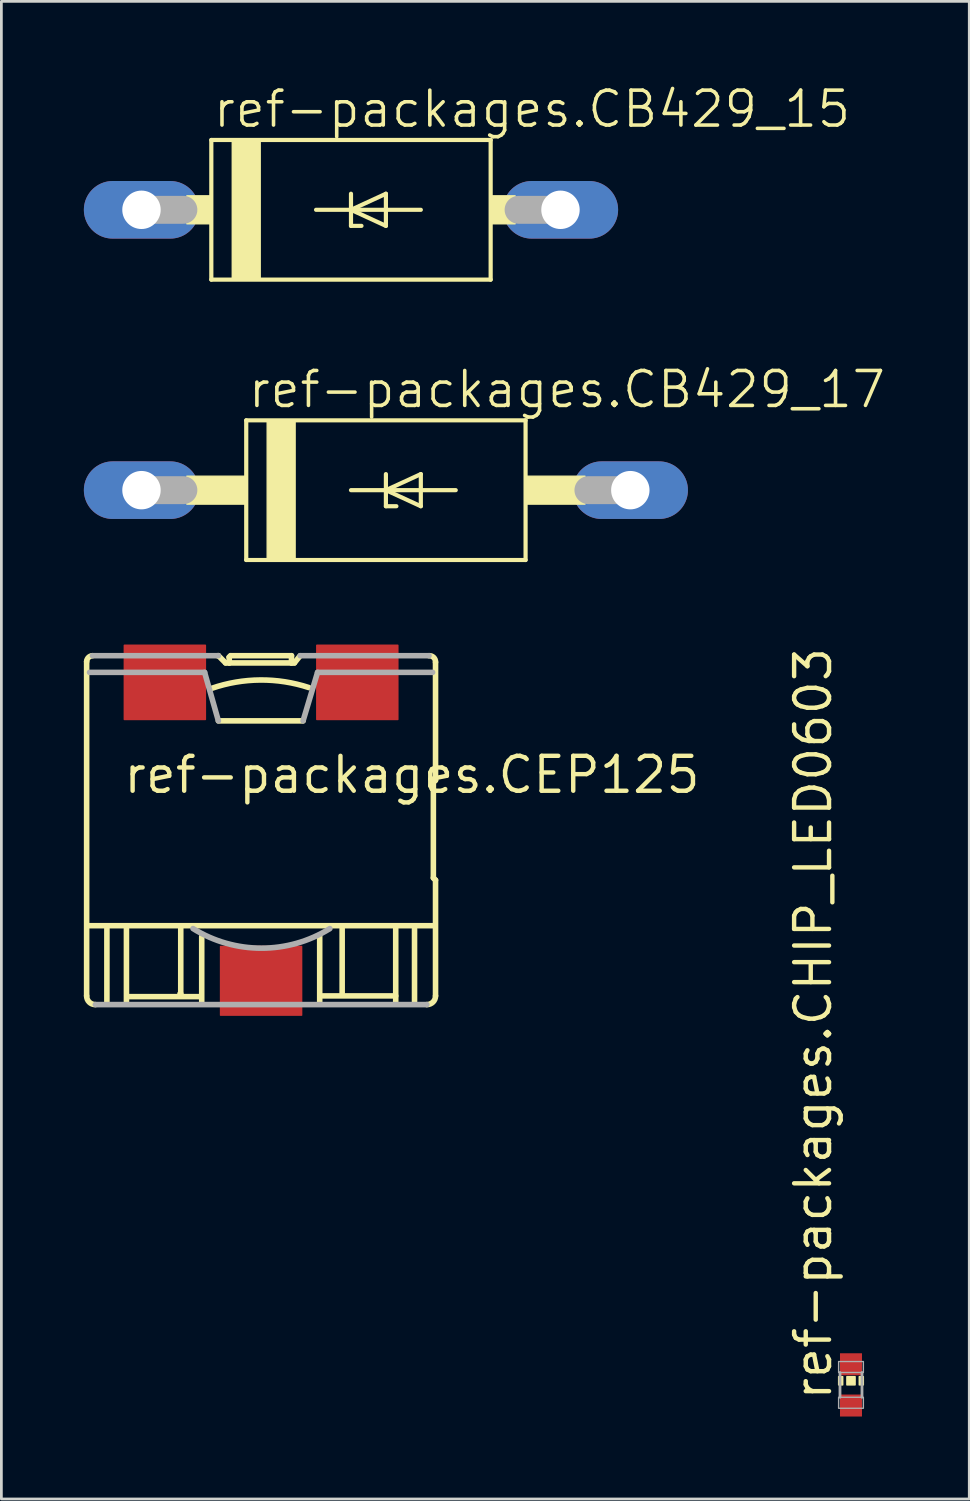
<source format=kicad_pcb>
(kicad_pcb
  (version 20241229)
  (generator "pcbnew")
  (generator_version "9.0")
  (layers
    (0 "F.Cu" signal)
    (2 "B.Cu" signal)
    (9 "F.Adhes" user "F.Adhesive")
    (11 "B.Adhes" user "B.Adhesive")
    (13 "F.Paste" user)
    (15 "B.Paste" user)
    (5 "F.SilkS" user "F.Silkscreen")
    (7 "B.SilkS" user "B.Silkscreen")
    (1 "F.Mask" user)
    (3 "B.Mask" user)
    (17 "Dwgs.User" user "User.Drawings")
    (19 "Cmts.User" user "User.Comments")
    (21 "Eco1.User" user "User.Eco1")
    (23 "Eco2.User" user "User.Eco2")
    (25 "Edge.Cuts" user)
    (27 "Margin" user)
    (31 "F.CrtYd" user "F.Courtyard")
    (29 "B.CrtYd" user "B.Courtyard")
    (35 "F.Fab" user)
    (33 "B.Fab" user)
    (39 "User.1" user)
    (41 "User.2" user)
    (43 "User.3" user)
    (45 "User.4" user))
  (footprint "ref-packages.CB429_15"
    (layer "F.Cu")
    (at 9.716 4.581)
    (property "Reference" "ref-packages.CB429_15" (at -5.08 -2.921 0) (layer "F.SilkS") (effects (font (size 1.27 1.27) (thickness 0.13)) (justify left bottom)))
    (attr through_hole)
    (fp_line (start -5.08 -2.54) (end 5.08 -2.54) (stroke (width 0.152) (type default)) (layer "F.SilkS"))
    (fp_line (start -5.08 2.54) (end -5.08 -2.54) (stroke (width 0.152) (type default)) (layer "F.SilkS"))
    (fp_line (start -1.27 0) (end 0 0) (stroke (width 0.152) (type default)) (layer "F.SilkS"))
    (fp_line (start 0 -0.584) (end 0 0) (stroke (width 0.152) (type default)) (layer "F.SilkS"))
    (fp_line (start 0 0) (end 0 0.584) (stroke (width 0.152) (type default)) (layer "F.SilkS"))
    (fp_line (start 0 0) (end 1.27 -0.584) (stroke (width 0.152) (type default)) (layer "F.SilkS"))
    (fp_line (start 0 0) (end 2.54 0) (stroke (width 0.152) (type default)) (layer "F.SilkS"))
    (fp_line (start 0 0.584) (end 0.381 0.584) (stroke (width 0.152) (type default)) (layer "F.SilkS"))
    (fp_line (start 1.27 -0.584) (end 1.27 0.584) (stroke (width 0.152) (type default)) (layer "F.SilkS"))
    (fp_line (start 1.27 0.584) (end 0 0) (stroke (width 0.152) (type default)) (layer "F.SilkS"))
    (fp_line (start 5.08 -2.54) (end 5.08 2.54) (stroke (width 0.152) (type default)) (layer "F.SilkS"))
    (fp_line (start 5.08 2.54) (end -5.08 2.54) (stroke (width 0.152) (type default)) (layer "F.SilkS"))
    (fp_rect (start -5.969 0.508) (end -5.08 -0.508) (stroke (width 0.05) (type default)) (fill yes) (layer "F.SilkS"))
    (fp_rect (start -4.318 2.54) (end -3.302 -2.54) (stroke (width 0.05) (type default)) (fill yes) (layer "F.SilkS"))
    (fp_rect (start 5.08 0.508) (end 5.969 -0.508) (stroke (width 0.05) (type default)) (fill yes) (layer "F.SilkS"))
    (fp_line (start -7.62 0) (end -6.096 0) (stroke (width 1.016) (type default)) (layer "F.Fab"))
    (fp_line (start 7.62 0) (end 6.096 0) (stroke (width 1.016) (type default)) (layer "F.Fab"))
    (pad "A" thru_hole oval (at 7.62 0) (size 4.191 2.095) (drill 1.397) (layers "*.Cu" "*.Mask"))
    (pad "C" thru_hole oval (at -7.62 0) (size 4.191 2.095) (drill 1.397) (layers "*.Cu" "*.Mask")))
  (footprint "ref-packages.CB429_17"
    (layer "F.Cu")
    (at 10.986 14.778)
    (property "Reference" "ref-packages.CB429_17" (at -5.08 -2.921 0) (layer "F.SilkS") (effects (font (size 1.27 1.27) (thickness 0.13)) (justify left bottom)))
    (attr through_hole)
    (fp_line (start -5.08 -2.54) (end 5.08 -2.54) (stroke (width 0.152) (type default)) (layer "F.SilkS"))
    (fp_line (start -5.08 2.54) (end -5.08 -2.54) (stroke (width 0.152) (type default)) (layer "F.SilkS"))
    (fp_line (start -1.27 0) (end 0 0) (stroke (width 0.152) (type default)) (layer "F.SilkS"))
    (fp_line (start 0 -0.584) (end 0 0) (stroke (width 0.152) (type default)) (layer "F.SilkS"))
    (fp_line (start 0 0) (end 0 0.584) (stroke (width 0.152) (type default)) (layer "F.SilkS"))
    (fp_line (start 0 0) (end 1.27 -0.584) (stroke (width 0.152) (type default)) (layer "F.SilkS"))
    (fp_line (start 0 0) (end 2.54 0) (stroke (width 0.152) (type default)) (layer "F.SilkS"))
    (fp_line (start 0 0.584) (end 0.381 0.584) (stroke (width 0.152) (type default)) (layer "F.SilkS"))
    (fp_line (start 1.27 -0.584) (end 1.27 0.584) (stroke (width 0.152) (type default)) (layer "F.SilkS"))
    (fp_line (start 1.27 0.584) (end 0 0) (stroke (width 0.152) (type default)) (layer "F.SilkS"))
    (fp_line (start 5.08 -2.54) (end 5.08 2.54) (stroke (width 0.152) (type default)) (layer "F.SilkS"))
    (fp_line (start 5.08 2.54) (end -5.08 2.54) (stroke (width 0.152) (type default)) (layer "F.SilkS"))
    (fp_rect (start -7.239 0.508) (end -5.08 -0.508) (stroke (width 0.05) (type default)) (fill yes) (layer "F.SilkS"))
    (fp_rect (start -4.318 2.54) (end -3.302 -2.54) (stroke (width 0.05) (type default)) (fill yes) (layer "F.SilkS"))
    (fp_rect (start 5.08 0.508) (end 7.239 -0.508) (stroke (width 0.05) (type default)) (fill yes) (layer "F.SilkS"))
    (fp_line (start -8.89 0) (end -7.366 0) (stroke (width 1.016) (type default)) (layer "F.Fab"))
    (fp_line (start 8.89 0) (end 7.366 0) (stroke (width 1.016) (type default)) (layer "F.Fab"))
    (pad "A" thru_hole oval (at 8.89 0) (size 4.191 2.095) (drill 1.397) (layers "*.Cu" "*.Mask"))
    (pad "C" thru_hole oval (at -8.89 0) (size 4.191 2.095) (drill 1.397) (layers "*.Cu" "*.Mask")))
  (footprint "ref-packages.CHIP_LED0603"
    (layer "F.Cu")
    (at 27.902 47.321)
    (property "Reference" "ref-packages.CHIP_LED0603" (at -0.635 0.635 90) (layer "F.SilkS") (effects (font (size 1.27 1.27) (thickness 0.16)) (justify left bottom)))
    (attr smd)
    (fp_rect (start -0.45 0) (end -0.3 -0.3) (stroke (width 0.05) (type default)) (fill yes) (layer "F.SilkS"))
    (fp_rect (start -0.15 0) (end 0.15 -0.3) (stroke (width 0.05) (type default)) (fill yes) (layer "F.SilkS"))
    (fp_rect (start 0.3 0) (end 0.45 -0.3) (stroke (width 0.05) (type default)) (fill yes) (layer "F.SilkS"))
    (fp_line (start -0.4 -0.45) (end -0.4 0.45) (stroke (width 0.102) (type default)) (layer "F.Fab"))
    (fp_line (start 0.4 -0.45) (end 0.4 0.45) (stroke (width 0.102) (type default)) (layer "F.Fab"))
    (fp_rect (start -0.45 -0.45) (end 0.45 -0.85) (stroke (width 0.05) (type default)) (fill no) (layer "F.Fab"))
    (fp_rect (start -0.45 0.85) (end 0.45 0.45) (stroke (width 0.05) (type default)) (fill no) (layer "F.Fab"))
    (pad "A" smd roundrect (at 0 0.75) (size 0.8 0.8) (layers "F.Cu" "F.Mask" "F.Paste") (roundrect_rratio 0.01))
    (pad "C" smd roundrect (at 0 -0.75) (size 0.8 0.8) (layers "F.Cu" "F.Mask" "F.Paste") (roundrect_rratio 0.01)))
  (footprint "ref-packages.CEP125"
    (layer "F.Cu")
    (at 6.446 27.144)
    (property "Reference" "ref-packages.CEP125" (at -5.08 -1.27 0) (layer "F.SilkS") (effects (font (size 1.27 1.27) (thickness 0.16)) (justify left bottom)))
    (attr smd)
    (fp_line (start -6.345 6.029) (end -6.345 -6.134) (stroke (width 0.203) (type default)) (layer "F.SilkS"))
    (fp_line (start -5.608 3.58) (end -5.608 6.239) (stroke (width 0.203) (type default)) (layer "F.SilkS"))
    (fp_line (start -4.897 6.239) (end -4.897 3.58) (stroke (width 0.203) (type default)) (layer "F.SilkS"))
    (fp_line (start -4.792 6.055) (end -2.212 6.055) (stroke (width 0.203) (type default)) (layer "F.SilkS"))
    (fp_line (start -2.949 5.95) (end -2.922 5.95) (stroke (width 0.203) (type default)) (layer "F.SilkS"))
    (fp_line (start -2.922 5.95) (end -2.922 3.58) (stroke (width 0.203) (type default)) (layer "F.SilkS"))
    (fp_line (start -2.159 6.239) (end -2.159 3.87) (stroke (width 0.203) (type default)) (layer "F.SilkS"))
    (fp_line (start -1.58 -6.345) (end -1.553 -6.345) (stroke (width 0.203) (type default)) (layer "F.SilkS"))
    (fp_line (start -1.553 -3.975) (end 1.527 -3.975) (stroke (width 0.203) (type default)) (layer "F.SilkS"))
    (fp_line (start -1.553 -6.345) (end -1.29 -6.082) (stroke (width 0.203) (type default)) (layer "F.SilkS"))
    (fp_line (start -1.29 -6.082) (end -1.158 -6.082) (stroke (width 0.203) (type default)) (layer "F.SilkS"))
    (fp_line (start -1.158 -6.292) (end -1.158 -6.292) (stroke (width 0.203) (type default)) (layer "F.SilkS"))
    (fp_line (start -1.158 -6.082) (end -1.158 -6.292) (stroke (width 0.203) (type default)) (layer "F.SilkS"))
    (fp_line (start -1.158 -6.292) (end -1.106 -6.345) (stroke (width 0.203) (type default)) (layer "F.SilkS"))
    (fp_line (start -1.106 -6.345) (end 1.106 -6.345) (stroke (width 0.203) (type default)) (layer "F.SilkS"))
    (fp_line (start 1.106 -6.345) (end 1.106 -6.082) (stroke (width 0.203) (type default)) (layer "F.SilkS"))
    (fp_line (start 1.106 -6.082) (end -1.158 -6.082) (stroke (width 0.203) (type default)) (layer "F.SilkS"))
    (fp_line (start 1.106 -6.082) (end 1.211 -6.082) (stroke (width 0.203) (type default)) (layer "F.SilkS"))
    (fp_line (start 1.211 -6.082) (end 1.422 -6.345) (stroke (width 0.203) (type default)) (layer "F.SilkS"))
    (fp_line (start 2.132 6.239) (end 2.132 3.87) (stroke (width 0.203) (type default)) (layer "F.SilkS"))
    (fp_line (start 2.238 6.029) (end 4.897 6.029) (stroke (width 0.203) (type default)) (layer "F.SilkS"))
    (fp_line (start 2.949 5.924) (end 2.949 3.58) (stroke (width 0.203) (type default)) (layer "F.SilkS"))
    (fp_line (start 4.897 3.58) (end 4.897 6.239) (stroke (width 0.203) (type default)) (layer "F.SilkS"))
    (fp_line (start 5.581 6.239) (end 5.581 3.58) (stroke (width 0.203) (type default)) (layer "F.SilkS"))
    (fp_line (start 6.239 3.475) (end -6.266 3.475) (stroke (width 0.203) (type default)) (layer "F.SilkS"))
    (fp_line (start 6.266 -1.738) (end 6.266 1.738) (stroke (width 0.203) (type default)) (layer "F.SilkS"))
    (fp_line (start 6.266 1.738) (end 6.345 1.817) (stroke (width 0.203) (type default)) (layer "F.SilkS"))
    (fp_line (start 6.345 -6.108) (end 6.345 -1.817) (stroke (width 0.203) (type default)) (layer "F.SilkS"))
    (fp_line (start 6.345 -1.817) (end 6.266 -1.738) (stroke (width 0.203) (type default)) (layer "F.SilkS"))
    (fp_line (start 6.345 1.817) (end 6.345 6.029) (stroke (width 0.203) (type default)) (layer "F.SilkS"))
    (fp_arc (start -6.3448 -6.1342) (mid -6.279551 -6.279551) (end -6.1342 -6.3448) (stroke (width 0.2032) (type default)) (layer "F.SilkS"))
    (fp_arc (start -6.0289 6.3448) (mid -6.253014 6.253014) (end -6.3448 6.0289) (stroke (width 0.2032) (type default)) (layer "F.SilkS"))
    (fp_arc (start -1.7902 -5.1601) (mid -0.028441 -5.461529) (end 1.7376 -5.1863) (stroke (width 0.2032) (type default)) (layer "F.SilkS"))
    (fp_arc (start 6.1079 -6.3448) (mid 6.279488 -6.279488) (end 6.3448 -6.1079) (stroke (width 0.2032) (type default)) (layer "F.SilkS"))
    (fp_arc (start 6.3448 6.0289) (mid 6.253104 6.253104) (end 6.0289 6.3448) (stroke (width 0.2032) (type default)) (layer "F.SilkS"))
    (fp_line (start -6.239 -5.739) (end -2.054 -5.739) (stroke (width 0.203) (type default)) (layer "F.Fab"))
    (fp_line (start -6.134 -6.345) (end -1.553 -6.345) (stroke (width 0.203) (type default)) (layer "F.Fab"))
    (fp_line (start -2.054 -5.739) (end -1.553 -3.975) (stroke (width 0.203) (type default)) (layer "F.Fab"))
    (fp_line (start 1.422 -6.345) (end 6.108 -6.345) (stroke (width 0.203) (type default)) (layer "F.Fab"))
    (fp_line (start 1.527 -3.975) (end 2.054 -5.739) (stroke (width 0.203) (type default)) (layer "F.Fab"))
    (fp_line (start 2.054 -5.739) (end 6.239 -5.739) (stroke (width 0.203) (type default)) (layer "F.Fab"))
    (fp_line (start 6.029 6.345) (end -6.029 6.345) (stroke (width 0.203) (type default)) (layer "F.Fab"))
    (fp_arc (start 2.5011 3.5805) (mid 0.0132 4.292797) (end -2.4747 3.5805) (stroke (width 0.2032) (type default)) (layer "F.Fab"))
    (pad "1" smd roundrect (at -3.5 -5.375) (size 3 2.75) (layers "F.Cu" "F.Mask" "F.Paste") (roundrect_rratio 0.01))
    (pad "2" smd roundrect (at 3.5 -5.375) (size 3 2.75) (layers "F.Cu" "F.Mask" "F.Paste") (roundrect_rratio 0.01))
    (pad "3" smd roundrect (at 0 5.48) (size 3 2.55) (layers "F.Cu" "F.Mask" "F.Paste") (roundrect_rratio 0.01)))
  (gr_rect
    (start -3 -3)
    (end 32.204 51.471)
    (stroke (width 0.1) (type default))
    (fill no)
    (layer "Edge.Cuts")))
</source>
